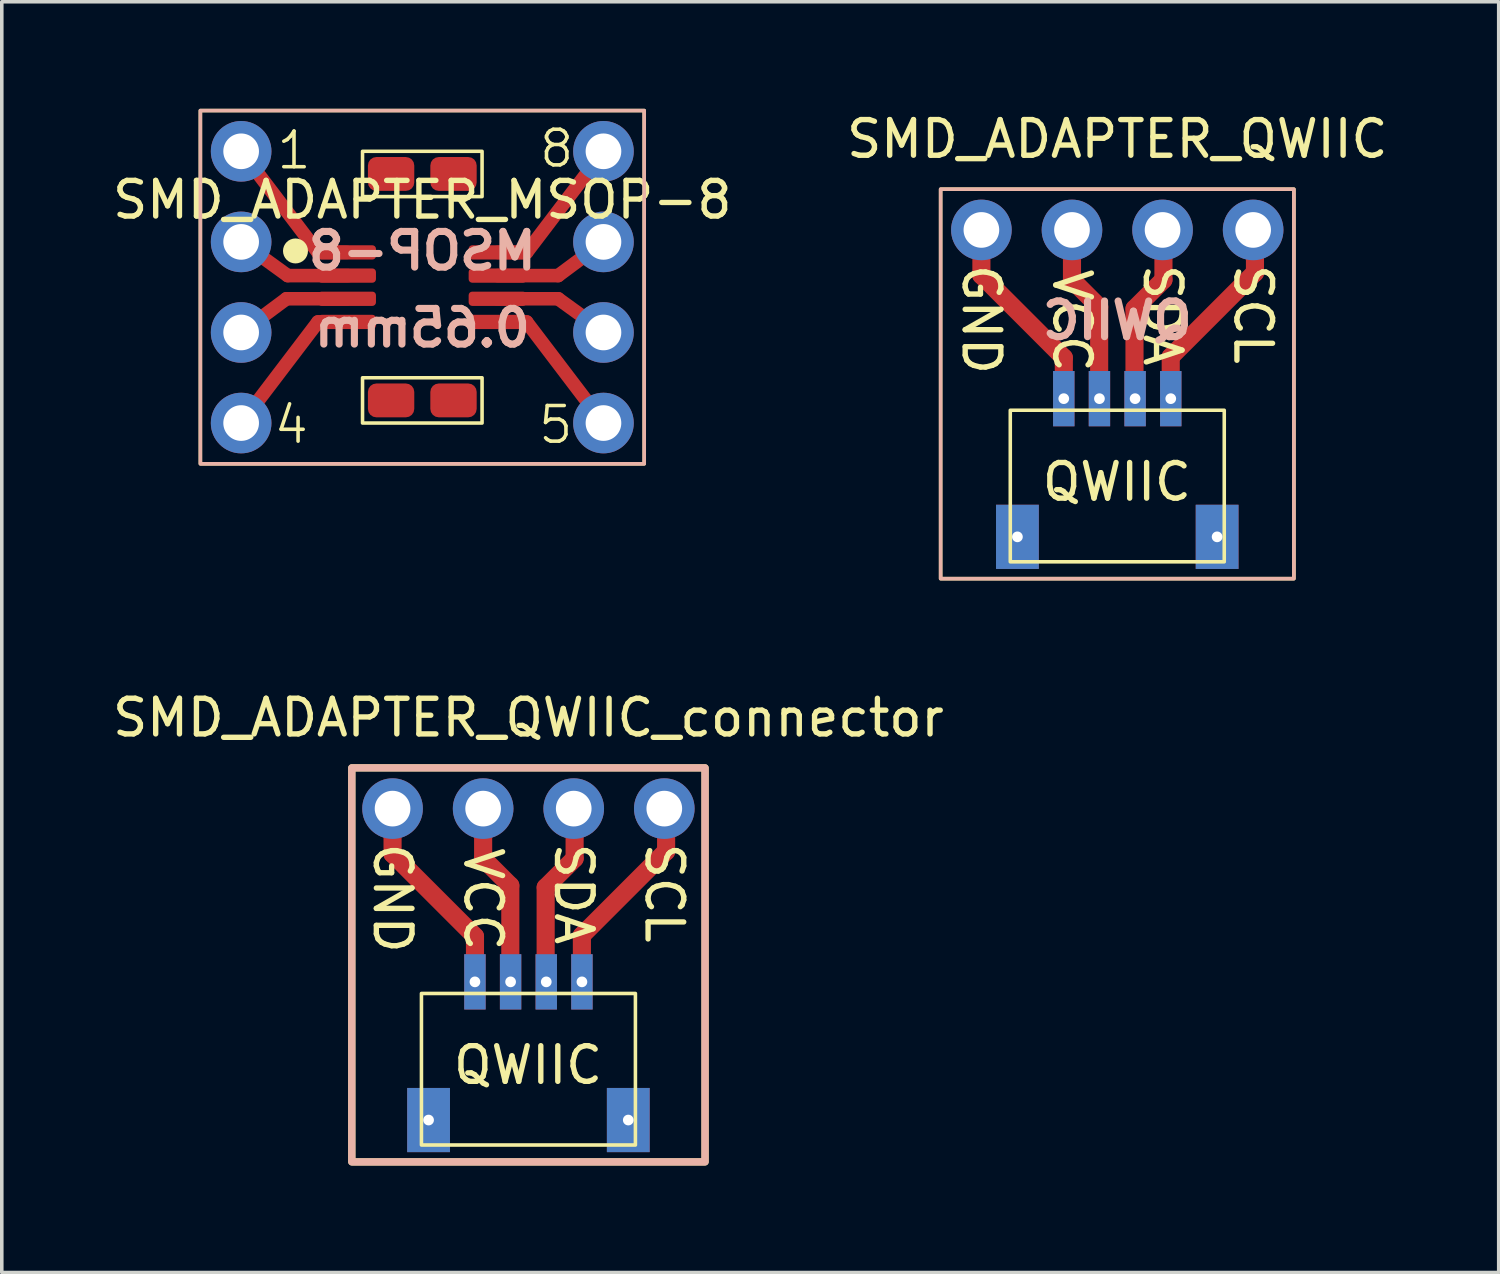
<source format=kicad_pcb>
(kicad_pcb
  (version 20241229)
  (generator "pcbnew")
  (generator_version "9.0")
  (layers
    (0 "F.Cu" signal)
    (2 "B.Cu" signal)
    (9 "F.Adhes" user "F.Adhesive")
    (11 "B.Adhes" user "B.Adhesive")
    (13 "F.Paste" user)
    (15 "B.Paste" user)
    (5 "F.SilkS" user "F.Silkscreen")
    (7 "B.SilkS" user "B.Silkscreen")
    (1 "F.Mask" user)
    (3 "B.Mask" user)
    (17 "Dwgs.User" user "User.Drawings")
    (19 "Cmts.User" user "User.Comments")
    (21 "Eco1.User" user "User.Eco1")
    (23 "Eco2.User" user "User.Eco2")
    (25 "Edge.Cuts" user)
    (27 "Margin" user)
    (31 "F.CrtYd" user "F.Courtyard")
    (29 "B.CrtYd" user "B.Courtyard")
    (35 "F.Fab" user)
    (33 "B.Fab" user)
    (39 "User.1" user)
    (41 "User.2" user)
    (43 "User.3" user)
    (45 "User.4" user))
  (footprint "SMD_ADAPTER_MSOP-8"
    (layer "F.Cu")
    (at 8.792 5.003)
    (property "Reference" "SMD_ADAPTER_MSOP-8" (at 0 -2.45 0) (layer "F.SilkS") (effects (font (size 1 1) (thickness 0.15))))
    (attr smd)
    (fp_line (start -3.81 0.325) (end -5.08 1.27) (stroke (width 0.381) (type default)) (layer "F.Cu"))
    (fp_line (start -3.774 -0.325) (end -5.08 -1.27) (stroke (width 0.381) (type default)) (layer "F.Cu"))
    (fp_line (start -2.925 -0.975) (end -5.08 -3.81) (stroke (width 0.381) (type default)) (layer "F.Cu"))
    (fp_line (start -2.925 -0.975) (end -2.112 -0.975) (stroke (width 0.381) (type default)) (layer "F.Cu"))
    (fp_line (start -2.925 0.975) (end -5.08 3.81) (stroke (width 0.381) (type default)) (layer "F.Cu"))
    (fp_line (start -2.925 0.975) (end -2.54 0.975) (stroke (width 0.381) (type default)) (layer "F.Cu"))
    (fp_line (start -2.112 0.325) (end -3.81 0.325) (stroke (width 0.381) (type default)) (layer "F.Cu"))
    (fp_line (start -2.076 -0.325) (end -3.774 -0.325) (stroke (width 0.381) (type default)) (layer "F.Cu"))
    (fp_line (start 2.925 -0.975) (end 2.112 -0.975) (stroke (width 0.381) (type default)) (layer "F.Cu"))
    (fp_line (start 2.925 -0.975) (end 5.08 -3.81) (stroke (width 0.381) (type default)) (layer "F.Cu"))
    (fp_line (start 2.925 0.975) (end 2.286 0.975) (stroke (width 0.381) (type default)) (layer "F.Cu"))
    (fp_line (start 2.925 0.975) (end 5.08 3.81) (stroke (width 0.381) (type default)) (layer "F.Cu"))
    (fp_line (start 3.81 -0.325) (end 2.112 -0.325) (stroke (width 0.381) (type default)) (layer "F.Cu"))
    (fp_line (start 3.81 0.325) (end 2.112 0.325) (stroke (width 0.381) (type default)) (layer "F.Cu"))
    (fp_line (start 5.08 -1.27) (end 3.81 -0.325) (stroke (width 0.381) (type default)) (layer "F.Cu"))
    (fp_line (start 5.116 1.27) (end 3.81 0.325) (stroke (width 0.381) (type default)) (layer "F.Cu"))
    (fp_rect (start -6.223 -4.953) (end 6.223 4.953) (stroke (width 0.1) (type default)) (fill no) (layer "F.SilkS"))
    (fp_rect (start -1.676 -3.81) (end 1.676 -2.54) (stroke (width 0.1) (type default)) (fill no) (layer "F.SilkS"))
    (fp_rect (start -1.676 2.54) (end 1.676 3.81) (stroke (width 0.1) (type default)) (fill no) (layer "F.SilkS"))
    (fp_circle (center -3.556 -1.016) (end -3.256 -1.016) (stroke (width 0.1) (type solid)) (fill yes) (layer "F.SilkS"))
    (fp_rect (start -6.223 -4.953) (end 6.223 4.953) (stroke (width 0.1) (type default)) (fill no) (layer "B.SilkS"))
    (fp_text user "8" (at 3.226 -3.302 0) (unlocked yes) (layer "F.SilkS") (effects (font (size 1 1) (thickness 0.1)) (justify left bottom)))
    (fp_text user "4" (at -4.216 4.445 0) (unlocked yes) (layer "F.SilkS") (effects (font (size 1 1) (thickness 0.1)) (justify left bottom)))
    (fp_text user "5" (at 3.2 4.445 0) (unlocked yes) (layer "F.SilkS") (effects (font (size 1 1) (thickness 0.1)) (justify left bottom)))
    (fp_text user "1" (at -4.14 -3.251 0) (unlocked yes) (layer "F.SilkS") (effects (font (size 1 1) (thickness 0.1)) (justify left bottom)))
    (fp_text user "MSOP-8" (at 0 -1.016 0) (unlocked yes) (layer "B.SilkS") (effects (font (size 1 1) (thickness 0.2) (bold yes)) (justify mirror)))
    (fp_text user "0.65mm" (at 0 1.143 0) (unlocked yes) (layer "B.SilkS") (effects (font (size 1 1) (thickness 0.2) (bold yes)) (justify mirror)))
    (pad "" smd roundrect (at -0.875 -3.175) (size 1.3 0.95) (layers "F.Cu" "F.Mask" "F.Paste") (roundrect_rratio 0.25))
    (pad "" smd roundrect (at -0.875 3.175) (size 1.3 0.95) (layers "F.Cu" "F.Mask" "F.Paste") (roundrect_rratio 0.25))
    (pad "" smd roundrect (at 0.875 -3.175) (size 1.3 0.95) (layers "F.Cu" "F.Mask" "F.Paste") (roundrect_rratio 0.25))
    (pad "" smd roundrect (at 0.875 3.175) (size 1.3 0.95) (layers "F.Cu" "F.Mask" "F.Paste") (roundrect_rratio 0.25))
    (pad "1" thru_hole circle (at -5.08 -3.81) (size 1.7 1.7) (drill 1) (layers "*.Cu" "*.Mask"))
    (pad "1" smd roundrect (at -2.112 -0.975) (size 1.625 0.4) (layers "F.Cu" "F.Mask" "F.Paste") (roundrect_rratio 0.25))
    (pad "2" thru_hole circle (at -5.08 -1.27) (size 1.7 1.7) (drill 1) (layers "*.Cu" "*.Mask"))
    (pad "2" smd roundrect (at -2.112 -0.325) (size 1.625 0.4) (layers "F.Cu" "F.Mask" "F.Paste") (roundrect_rratio 0.25))
    (pad "3" thru_hole circle (at -5.08 1.27) (size 1.7 1.7) (drill 1) (layers "*.Cu" "*.Mask"))
    (pad "3" smd roundrect (at -2.112 0.325) (size 1.625 0.4) (layers "F.Cu" "F.Mask" "F.Paste") (roundrect_rratio 0.25))
    (pad "4" thru_hole circle (at -5.08 3.81) (size 1.7 1.7) (drill 1) (layers "*.Cu" "*.Mask"))
    (pad "4" smd roundrect (at -2.112 0.975) (size 1.625 0.4) (layers "F.Cu" "F.Mask" "F.Paste") (roundrect_rratio 0.25))
    (pad "5" smd roundrect (at 2.112 0.975) (size 1.625 0.4) (layers "F.Cu" "F.Mask" "F.Paste") (roundrect_rratio 0.25))
    (pad "5" thru_hole circle (at 5.08 3.81) (size 1.7 1.7) (drill 1) (layers "*.Cu" "*.Mask"))
    (pad "6" smd roundrect (at 2.112 0.325) (size 1.625 0.4) (layers "F.Cu" "F.Mask" "F.Paste") (roundrect_rratio 0.25))
    (pad "6" thru_hole circle (at 5.08 1.27) (size 1.7 1.7) (drill 1) (layers "*.Cu" "*.Mask"))
    (pad "7" smd roundrect (at 2.112 -0.325) (size 1.625 0.4) (layers "F.Cu" "F.Mask" "F.Paste") (roundrect_rratio 0.25))
    (pad "7" thru_hole circle (at 5.08 -1.27) (size 1.7 1.7) (drill 1) (layers "*.Cu" "*.Mask"))
    (pad "8" smd roundrect (at 2.112 -0.975) (size 1.625 0.4) (layers "F.Cu" "F.Mask" "F.Paste") (roundrect_rratio 0.25))
    (pad "8" thru_hole circle (at 5.08 -3.81) (size 1.7 1.7) (drill 1) (layers "*.Cu" "*.Mask")))
  (footprint "SMD_ADAPTER_QWIIC"
    (layer "F.Cu")
    (at 28.28 3.398)
    (property "Reference" "SMD_ADAPTER_QWIIC" (at 0 -2.55 0) (layer "F.SilkS") (effects (font (size 1 1) (thickness 0.15))))
    (attr smd)
    (fp_line (start -3.81 1.27) (end -3.81 0.025) (stroke (width 0.508) (type default)) (layer "F.Cu"))
    (fp_line (start -1.499 3.581) (end -3.816 1.264) (stroke (width 0.508) (type default)) (layer "F.Cu"))
    (fp_line (start -1.499 4.851) (end -1.499 3.581) (stroke (width 0.508) (type default)) (layer "F.Cu"))
    (fp_line (start -1.27 1.397) (end -1.27 0.051) (stroke (width 0.508) (type default)) (layer "F.Cu"))
    (fp_line (start -0.508 2.159) (end -1.269 1.398) (stroke (width 0.508) (type default)) (layer "F.Cu"))
    (fp_line (start -0.508 4.851) (end -0.508 2.159) (stroke (width 0.508) (type default)) (layer "F.Cu"))
    (fp_line (start 0.483 4.851) (end 0.483 2.21) (stroke (width 0.508) (type default)) (layer "F.Cu"))
    (fp_line (start 1.295 1.398) (end 0.485 2.208) (stroke (width 0.508) (type default)) (layer "F.Cu"))
    (fp_line (start 1.295 1.397) (end 1.295 0.038) (stroke (width 0.508) (type default)) (layer "F.Cu"))
    (fp_line (start 1.499 4.826) (end 1.499 3.556) (stroke (width 0.508) (type default)) (layer "F.Cu"))
    (fp_line (start 3.861 1.206) (end 3.861 -0.038) (stroke (width 0.508) (type default)) (layer "F.Cu"))
    (fp_line (start 3.862 1.192) (end 1.5 3.555) (stroke (width 0.508) (type default)) (layer "F.Cu"))
    (fp_rect (start -4.953 -1.143) (end 4.953 9.779) (stroke (width 0.1) (type solid)) (fill no) (layer "F.SilkS"))
    (fp_rect (start -3 5.056) (end 3 9.306) (stroke (width 0.1) (type default)) (fill no) (layer "F.SilkS"))
    (fp_rect (start -4.953 -1.143) (end 4.953 9.779) (stroke (width 0.1) (type solid)) (fill no) (layer "B.SilkS"))
    (fp_text user "QWIIC" (at -0.01 7.066 0) (unlocked yes) (layer "F.SilkS") (effects (font (size 1 1) (thickness 0.15))))
    (fp_text user "VCC" (at -1.27 1.016 270) (unlocked yes) (layer "F.SilkS") (effects (font (size 1 1) (thickness 0.15)) (justify left)))
    (fp_text user "SCL" (at 3.81 0.889 270) (unlocked yes) (layer "F.SilkS") (effects (font (size 1 1) (thickness 0.15)) (justify left)))
    (fp_text user "SDA" (at 1.27 0.889 270) (unlocked yes) (layer "F.SilkS") (effects (font (size 1 1) (thickness 0.15)) (justify left)))
    (fp_text user "GND" (at -3.81 0.889 270) (unlocked yes) (layer "F.SilkS") (effects (font (size 1 1) (thickness 0.15)) (justify left)))
    (fp_text user "QWIIC" (at 0 2.54 0) (unlocked yes) (layer "B.SilkS") (effects (font (size 1 1) (thickness 0.2) (bold yes)) (justify mirror)))
    (pad "" thru_hole rect (at -2.8 8.606) (size 1.2 1.8) (drill 0.3) (layers "*.Cu" "F.Mask" "F.Paste"))
    (pad "" thru_hole rect (at 2.8 8.606) (size 1.2 1.8) (drill 0.3) (layers "*.Cu" "F.Mask" "F.Paste"))
    (pad "1" thru_hole circle (at -3.81 0) (size 1.7 1.7) (drill 1) (layers "*.Cu" "*.Mask"))
    (pad "1" thru_hole rect (at -1.5 4.731) (size 0.6 1.55) (drill 0.3) (layers "*.Cu" "F.Mask" "F.Paste"))
    (pad "2" thru_hole circle (at -1.27 0) (size 1.7 1.7) (drill 1) (layers "*.Cu" "*.Mask"))
    (pad "2" thru_hole rect (at -0.5 4.731) (size 0.6 1.55) (drill 0.3) (layers "*.Cu" "F.Mask" "F.Paste"))
    (pad "3" thru_hole rect (at 0.5 4.731) (size 0.6 1.55) (drill 0.3) (layers "*.Cu" "F.Mask" "F.Paste"))
    (pad "3" thru_hole circle (at 1.27 0) (size 1.7 1.7) (drill 1) (layers "*.Cu" "*.Mask"))
    (pad "4" thru_hole rect (at 1.5 4.731) (size 0.6 1.55) (drill 0.3) (layers "*.Cu" "F.Mask" "F.Paste"))
    (pad "4" thru_hole circle (at 3.81 0) (size 1.7 1.7) (drill 1) (layers "*.Cu" "*.Mask")))
  (footprint "SMD_ADAPTER_QWIIC_connector"
    (layer "F.Cu")
    (at 11.768 19.625)
    (property "Reference" "SMD_ADAPTER_QWIIC_connector" (at 0 -2.55 0) (layer "F.SilkS") (effects (font (size 1 1) (thickness 0.15))))
    (attr smd)
    (fp_line (start -3.81 1.27) (end -3.81 0.025) (stroke (width 0.508) (type default)) (layer "F.Cu"))
    (fp_line (start -1.499 3.581) (end -3.816 1.264) (stroke (width 0.508) (type default)) (layer "F.Cu"))
    (fp_line (start -1.499 4.851) (end -1.499 3.581) (stroke (width 0.508) (type default)) (layer "F.Cu"))
    (fp_line (start -1.27 1.397) (end -1.27 0.051) (stroke (width 0.508) (type default)) (layer "F.Cu"))
    (fp_line (start -0.508 2.159) (end -1.269 1.398) (stroke (width 0.508) (type default)) (layer "F.Cu"))
    (fp_line (start -0.508 4.851) (end -0.508 2.159) (stroke (width 0.508) (type default)) (layer "F.Cu"))
    (fp_line (start 0.483 4.851) (end 0.483 2.21) (stroke (width 0.508) (type default)) (layer "F.Cu"))
    (fp_line (start 1.295 1.398) (end 0.485 2.208) (stroke (width 0.508) (type default)) (layer "F.Cu"))
    (fp_line (start 1.295 1.397) (end 1.295 0.038) (stroke (width 0.508) (type default)) (layer "F.Cu"))
    (fp_line (start 1.499 4.826) (end 1.499 3.556) (stroke (width 0.508) (type default)) (layer "F.Cu"))
    (fp_line (start 3.861 1.206) (end 3.861 -0.038) (stroke (width 0.508) (type default)) (layer "F.Cu"))
    (fp_line (start 3.862 1.192) (end 1.5 3.555) (stroke (width 0.508) (type default)) (layer "F.Cu"))
    (fp_rect (start -4.953 -1.143) (end 4.953 9.906) (stroke (width 0.203) (type solid)) (fill no) (layer "F.SilkS"))
    (fp_rect (start -3 5.183) (end 3 9.433) (stroke (width 0.1) (type default)) (fill no) (layer "F.SilkS"))
    (fp_rect (start -4.953 -1.143) (end 4.953 9.906) (stroke (width 0.203) (type solid)) (fill no) (layer "B.SilkS"))
    (fp_text user "QWIIC" (at -0.01 7.193 0) (unlocked yes) (layer "F.SilkS") (effects (font (size 1 1) (thickness 0.15))))
    (fp_text user "SCL" (at 3.81 0.889 270) (unlocked yes) (layer "F.SilkS") (effects (font (size 1 1) (thickness 0.15)) (justify left)))
    (fp_text user "SDA" (at 1.27 0.889 270) (unlocked yes) (layer "F.SilkS") (effects (font (size 1 1) (thickness 0.15)) (justify left)))
    (fp_text user "VCC" (at -1.27 1.016 270) (unlocked yes) (layer "F.SilkS") (effects (font (size 1 1) (thickness 0.15)) (justify left)))
    (fp_text user "GND" (at -3.81 0.889 270) (unlocked yes) (layer "F.SilkS") (effects (font (size 1 1) (thickness 0.15)) (justify left)))
    (pad "" thru_hole rect (at -2.8 8.733) (size 1.2 1.8) (drill 0.3) (layers "*.Cu" "F.Mask" "F.Paste"))
    (pad "" thru_hole rect (at 2.8 8.733) (size 1.2 1.8) (drill 0.3) (layers "*.Cu" "F.Mask" "F.Paste"))
    (pad "1" thru_hole circle (at -3.81 0) (size 1.7 1.7) (drill 1) (layers "*.Cu" "*.Mask"))
    (pad "1" thru_hole rect (at -1.5 4.858) (size 0.6 1.55) (drill 0.3) (layers "*.Cu" "F.Mask" "F.Paste"))
    (pad "2" thru_hole circle (at -1.27 0) (size 1.7 1.7) (drill 1) (layers "*.Cu" "*.Mask"))
    (pad "2" thru_hole rect (at -0.5 4.858) (size 0.6 1.55) (drill 0.3) (layers "*.Cu" "F.Mask" "F.Paste"))
    (pad "3" thru_hole rect (at 0.5 4.858) (size 0.6 1.55) (drill 0.3) (layers "*.Cu" "F.Mask" "F.Paste"))
    (pad "3" thru_hole circle (at 1.27 0) (size 1.7 1.7) (drill 1) (layers "*.Cu" "*.Mask"))
    (pad "4" thru_hole rect (at 1.5 4.858) (size 0.6 1.55) (drill 0.3) (layers "*.Cu" "F.Mask" "F.Paste"))
    (pad "4" thru_hole circle (at 3.81 0) (size 1.7 1.7) (drill 1) (layers "*.Cu" "*.Mask")))
  (gr_rect
    (start -3 -3)
    (end 38.976 32.633)
    (stroke (width 0.1) (type default))
    (fill no)
    (layer "Edge.Cuts")))
</source>
